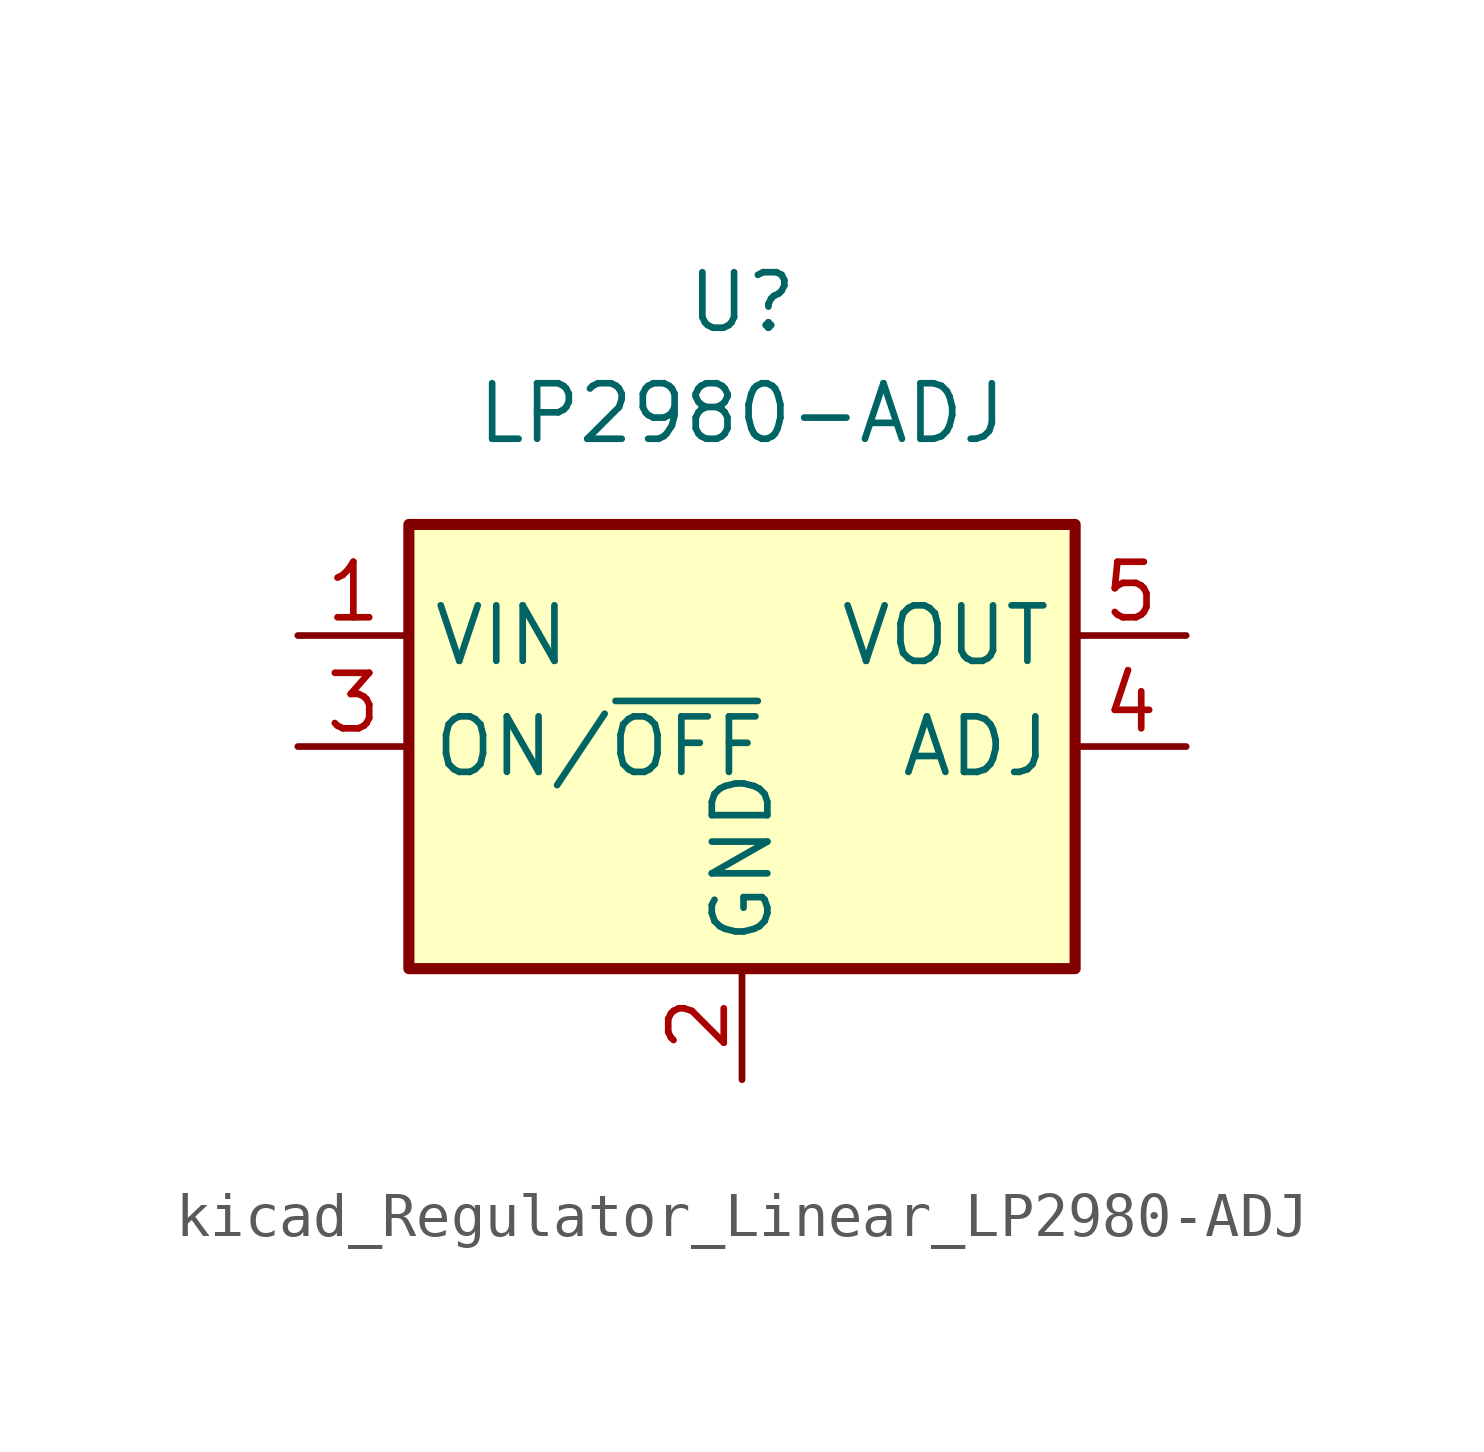
<source format=kicad_sym>
(kicad_symbol_lib
  (version 20220914)
  (generator kicad_symbol_editor)
  (symbol "kicad_Regulator_Linear_LP2980-ADJ"
    (property "Reference" "U"
      (at 0 10.16 0)
      (effects (font (size 1.27 1.27))))
    (property "Value" "LP2980-ADJ"
      (at 0 7.62 0)
      (effects (font (size 1.27 1.27))))
    (symbol "kicad_Regulator_Linear_LP2980-ADJ_0_1"
      (rectangle (start -7.62 5.08) (end 7.62 -5.08) (stroke (width 0.254) (type default)) (fill (type background))))
    (symbol "kicad_Regulator_Linear_LP2980-ADJ_1_1"
      (pin power_in line (at -10.16 2.54 0) (length 2.54) (name "VIN" (effects (font (size 1.27 1.27)))) (number "1" (effects (font (size 1.27 1.27)))))
      (pin power_in line (at 0 -7.62 90) (length 2.54) (name "GND" (effects (font (size 1.27 1.27)))) (number "2" (effects (font (size 1.27 1.27)))))
      (pin input line (at -10.16 0 0) (length 2.54) (name "ON/~{OFF}" (effects (font (size 1.27 1.27)))) (number "3" (effects (font (size 1.27 1.27)))))
      (pin input line (at 10.16 0 180) (length 2.54) (name "ADJ" (effects (font (size 1.27 1.27)))) (number "4" (effects (font (size 1.27 1.27)))))
      (pin power_out line (at 10.16 2.54 180) (length 2.54) (name "VOUT" (effects (font (size 1.27 1.27)))) (number "5" (effects (font (size 1.27 1.27))))))))
</source>
